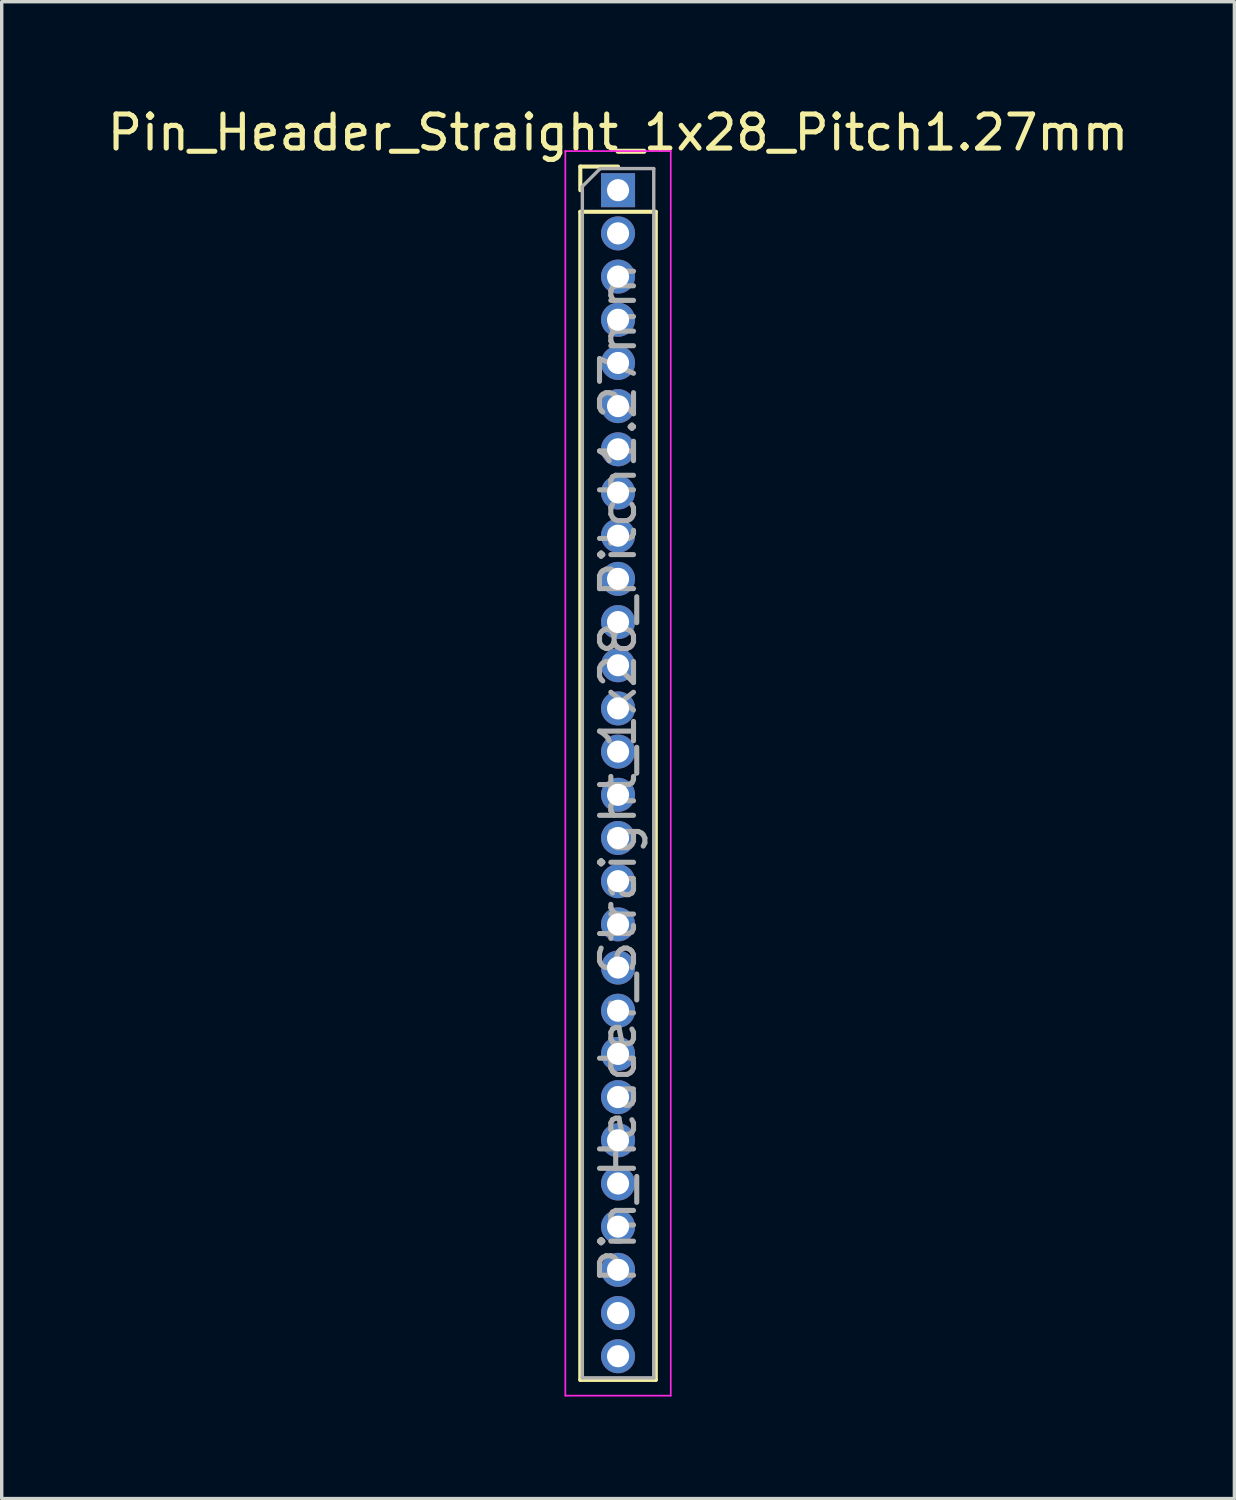
<source format=kicad_pcb>
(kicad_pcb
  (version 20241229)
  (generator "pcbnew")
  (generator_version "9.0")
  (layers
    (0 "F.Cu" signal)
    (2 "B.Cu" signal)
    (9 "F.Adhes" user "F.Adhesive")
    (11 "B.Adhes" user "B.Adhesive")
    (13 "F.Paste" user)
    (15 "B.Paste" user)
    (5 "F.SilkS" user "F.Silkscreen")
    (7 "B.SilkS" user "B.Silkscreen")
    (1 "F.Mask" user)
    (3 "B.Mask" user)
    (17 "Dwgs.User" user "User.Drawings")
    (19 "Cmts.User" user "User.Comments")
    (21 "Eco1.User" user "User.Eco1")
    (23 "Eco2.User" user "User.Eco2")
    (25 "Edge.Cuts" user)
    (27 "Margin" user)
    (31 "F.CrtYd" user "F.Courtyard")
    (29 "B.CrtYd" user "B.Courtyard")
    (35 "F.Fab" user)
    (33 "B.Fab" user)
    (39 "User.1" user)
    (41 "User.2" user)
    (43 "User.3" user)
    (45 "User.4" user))
  (footprint "Pin_Header_Straight_1x28_Pitch1.27mm"
    (layer "F.Cu")
    (at 15.125 2.543)
    (property "Reference" "Pin_Header_Straight_1x28_Pitch1.27mm" (at 0 -1.695 0) (layer "F.SilkS") (effects (font (size 1 1) (thickness 0.15))))
    (attr through_hole)
    (fp_line (start -1.11 -0.695) (end 0 -0.695) (stroke (width 0.12) (type solid)) (layer "F.SilkS"))
    (fp_line (start -1.11 0) (end -1.11 -0.695) (stroke (width 0.12) (type solid)) (layer "F.SilkS"))
    (fp_line (start -1.11 0.635) (end -1.11 34.985) (stroke (width 0.12) (type solid)) (layer "F.SilkS"))
    (fp_line (start -1.11 34.985) (end 1.11 34.985) (stroke (width 0.12) (type solid)) (layer "F.SilkS"))
    (fp_line (start 1.11 0.635) (end -1.11 0.635) (stroke (width 0.12) (type solid)) (layer "F.SilkS"))
    (fp_line (start 1.11 34.985) (end 1.11 0.635) (stroke (width 0.12) (type solid)) (layer "F.SilkS"))
    (fp_line (start -1.55 -1.15) (end -1.55 35.45) (stroke (width 0.05) (type solid)) (layer "F.CrtYd"))
    (fp_line (start -1.55 35.45) (end 1.55 35.45) (stroke (width 0.05) (type solid)) (layer "F.CrtYd"))
    (fp_line (start 1.55 -1.15) (end -1.55 -1.15) (stroke (width 0.05) (type solid)) (layer "F.CrtYd"))
    (fp_line (start 1.55 35.45) (end 1.55 -1.15) (stroke (width 0.05) (type solid)) (layer "F.CrtYd"))
    (fp_line (start -1.05 -0.11) (end -0.525 -0.635) (stroke (width 0.1) (type solid)) (layer "F.Fab"))
    (fp_line (start -1.05 34.925) (end -1.05 -0.11) (stroke (width 0.1) (type solid)) (layer "F.Fab"))
    (fp_line (start -0.525 -0.635) (end 1.05 -0.635) (stroke (width 0.1) (type solid)) (layer "F.Fab"))
    (fp_line (start 1.05 -0.635) (end 1.05 34.925) (stroke (width 0.1) (type solid)) (layer "F.Fab"))
    (fp_line (start 1.05 34.925) (end -1.05 34.925) (stroke (width 0.1) (type solid)) (layer "F.Fab"))
    (fp_text user "${REFERENCE}" (at 0 17.145 90) (layer "F.Fab") (effects (font (size 1 1) (thickness 0.15))))
    (pad "1" thru_hole rect (at 0 0) (size 1 1) (drill 0.65) (layers "*.Cu" "*.Mask"))
    (pad "2" thru_hole oval (at 0 1.27) (size 1 1) (drill 0.65) (layers "*.Cu" "*.Mask"))
    (pad "3" thru_hole oval (at 0 2.54) (size 1 1) (drill 0.65) (layers "*.Cu" "*.Mask"))
    (pad "4" thru_hole oval (at 0 3.81) (size 1 1) (drill 0.65) (layers "*.Cu" "*.Mask"))
    (pad "5" thru_hole oval (at 0 5.08) (size 1 1) (drill 0.65) (layers "*.Cu" "*.Mask"))
    (pad "6" thru_hole oval (at 0 6.35) (size 1 1) (drill 0.65) (layers "*.Cu" "*.Mask"))
    (pad "7" thru_hole oval (at 0 7.62) (size 1 1) (drill 0.65) (layers "*.Cu" "*.Mask"))
    (pad "8" thru_hole oval (at 0 8.89) (size 1 1) (drill 0.65) (layers "*.Cu" "*.Mask"))
    (pad "9" thru_hole oval (at 0 10.16) (size 1 1) (drill 0.65) (layers "*.Cu" "*.Mask"))
    (pad "10" thru_hole oval (at 0 11.43) (size 1 1) (drill 0.65) (layers "*.Cu" "*.Mask"))
    (pad "11" thru_hole oval (at 0 12.7) (size 1 1) (drill 0.65) (layers "*.Cu" "*.Mask"))
    (pad "12" thru_hole oval (at 0 13.97) (size 1 1) (drill 0.65) (layers "*.Cu" "*.Mask"))
    (pad "13" thru_hole oval (at 0 15.24) (size 1 1) (drill 0.65) (layers "*.Cu" "*.Mask"))
    (pad "14" thru_hole oval (at 0 16.51) (size 1 1) (drill 0.65) (layers "*.Cu" "*.Mask"))
    (pad "15" thru_hole oval (at 0 17.78) (size 1 1) (drill 0.65) (layers "*.Cu" "*.Mask"))
    (pad "16" thru_hole oval (at 0 19.05) (size 1 1) (drill 0.65) (layers "*.Cu" "*.Mask"))
    (pad "17" thru_hole oval (at 0 20.32) (size 1 1) (drill 0.65) (layers "*.Cu" "*.Mask"))
    (pad "18" thru_hole oval (at 0 21.59) (size 1 1) (drill 0.65) (layers "*.Cu" "*.Mask"))
    (pad "19" thru_hole oval (at 0 22.86) (size 1 1) (drill 0.65) (layers "*.Cu" "*.Mask"))
    (pad "20" thru_hole oval (at 0 24.13) (size 1 1) (drill 0.65) (layers "*.Cu" "*.Mask"))
    (pad "21" thru_hole oval (at 0 25.4) (size 1 1) (drill 0.65) (layers "*.Cu" "*.Mask"))
    (pad "22" thru_hole oval (at 0 26.67) (size 1 1) (drill 0.65) (layers "*.Cu" "*.Mask"))
    (pad "23" thru_hole oval (at 0 27.94) (size 1 1) (drill 0.65) (layers "*.Cu" "*.Mask"))
    (pad "24" thru_hole oval (at 0 29.21) (size 1 1) (drill 0.65) (layers "*.Cu" "*.Mask"))
    (pad "25" thru_hole oval (at 0 30.48) (size 1 1) (drill 0.65) (layers "*.Cu" "*.Mask"))
    (pad "26" thru_hole oval (at 0 31.75) (size 1 1) (drill 0.65) (layers "*.Cu" "*.Mask"))
    (pad "27" thru_hole oval (at 0 33.02) (size 1 1) (drill 0.65) (layers "*.Cu" "*.Mask"))
    (pad "28" thru_hole oval (at 0 34.29) (size 1 1) (drill 0.65) (layers "*.Cu" "*.Mask")))
  (gr_rect
    (start -3 -3)
    (end 33.25 41.018)
    (stroke (width 0.1) (type default))
    (fill no)
    (layer "Edge.Cuts")))
</source>
